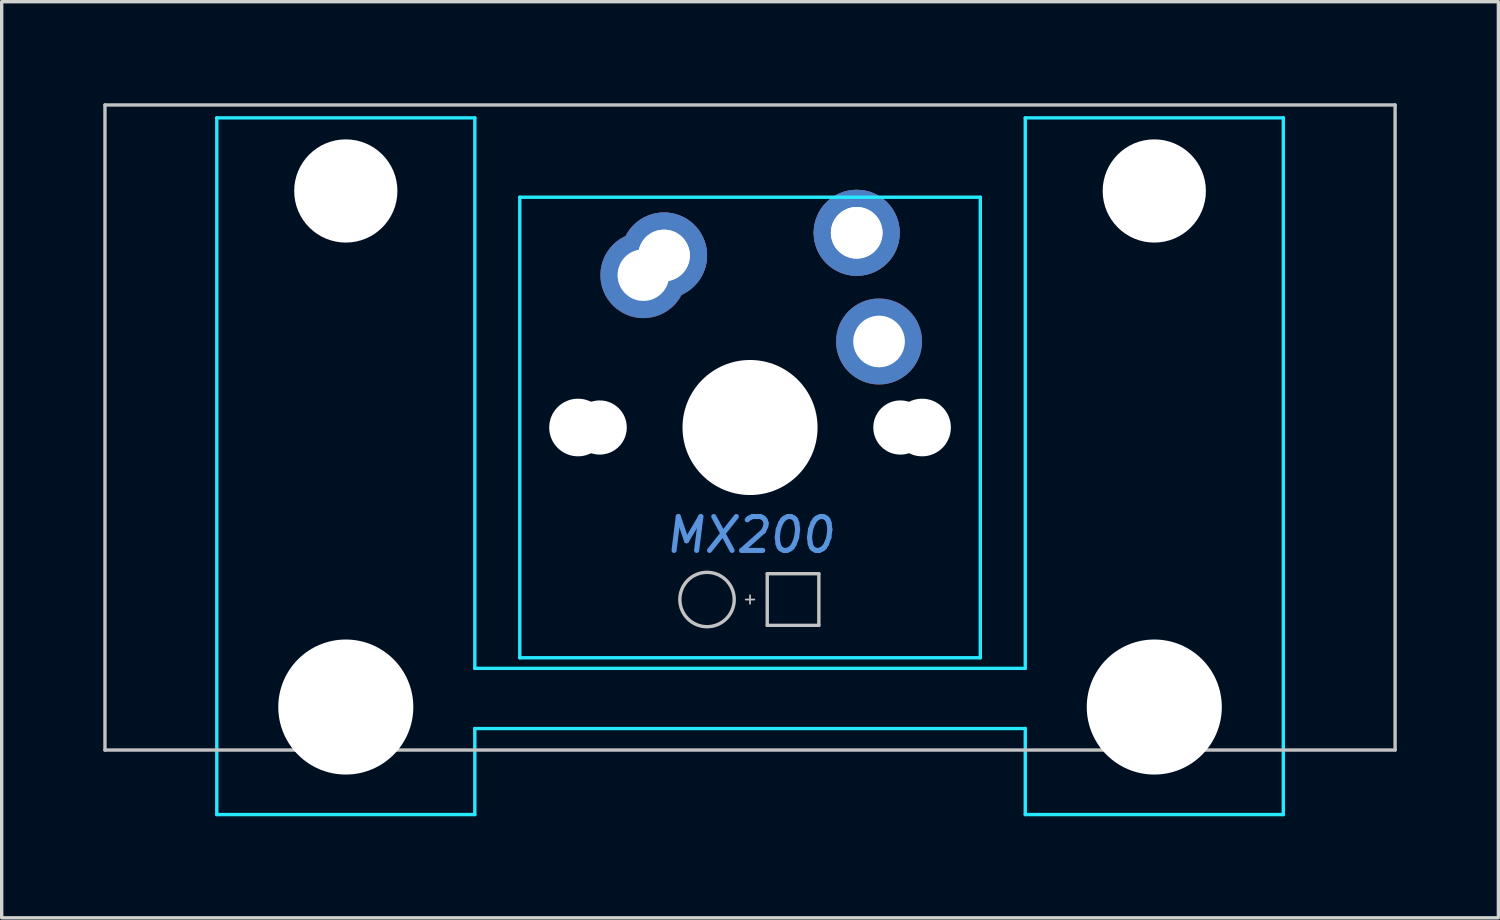
<source format=kicad_pcb>
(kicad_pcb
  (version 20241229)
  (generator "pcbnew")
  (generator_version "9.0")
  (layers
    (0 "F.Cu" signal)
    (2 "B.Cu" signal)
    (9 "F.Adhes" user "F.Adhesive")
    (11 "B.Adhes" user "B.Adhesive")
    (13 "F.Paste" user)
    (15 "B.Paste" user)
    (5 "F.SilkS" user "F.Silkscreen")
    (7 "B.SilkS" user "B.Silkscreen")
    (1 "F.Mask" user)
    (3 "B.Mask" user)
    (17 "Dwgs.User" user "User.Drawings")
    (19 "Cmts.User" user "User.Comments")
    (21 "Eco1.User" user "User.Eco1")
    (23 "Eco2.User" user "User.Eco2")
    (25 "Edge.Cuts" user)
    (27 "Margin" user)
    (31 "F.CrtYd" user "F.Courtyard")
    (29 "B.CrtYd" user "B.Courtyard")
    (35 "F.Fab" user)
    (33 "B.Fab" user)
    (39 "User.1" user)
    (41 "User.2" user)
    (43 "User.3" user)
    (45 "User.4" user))
  (footprint "MX200"
    (layer "F.Cu")
    (at 19.1 9.575)
    (property "Reference" "MX200" (at 0 3.175 0) (layer "Cmts.User") (effects (font (size 1 1) (thickness 0.15) (italic yes))))
    (attr through_hole)
    (fp_line (start -19.05 -9.525) (end -19.05 9.525) (stroke (width 0.1) (type solid)) (layer "Dwgs.User"))
    (fp_line (start -19.05 -9.525) (end 19.05 -9.525) (stroke (width 0.1) (type solid)) (layer "Dwgs.User"))
    (fp_line (start -19.05 9.525) (end 19.05 9.525) (stroke (width 0.1) (type solid)) (layer "Dwgs.User"))
    (fp_line (start -0.127 5.08) (end 0.127 5.08) (stroke (width 0.05) (type solid)) (layer "Dwgs.User"))
    (fp_line (start 0 5.207) (end 0 4.953) (stroke (width 0.05) (type solid)) (layer "Dwgs.User"))
    (fp_line (start 0.508 4.318) (end 0.508 5.842) (stroke (width 0.1) (type solid)) (layer "Dwgs.User"))
    (fp_line (start 0.508 4.318) (end 2.032 4.318) (stroke (width 0.1) (type solid)) (layer "Dwgs.User"))
    (fp_line (start 0.508 5.842) (end 2.032 5.842) (stroke (width 0.1) (type solid)) (layer "Dwgs.User"))
    (fp_line (start 2.032 5.842) (end 2.032 4.318) (stroke (width 0.1) (type solid)) (layer "Dwgs.User"))
    (fp_line (start 19.05 -9.525) (end 19.05 9.525) (stroke (width 0.1) (type solid)) (layer "Dwgs.User"))
    (fp_circle (center -1.27 5.08) (end -0.467 5.08) (stroke (width 0.1) (type solid)) (fill no) (layer "Dwgs.User"))
    (fp_line (start -17.17 -0.889) (end -17.17 -2.921) (stroke (width 0.1) (type solid)) (layer "Eco1.User"))
    (fp_line (start -16.789 -3.302) (end -16.535 -3.302) (stroke (width 0.1) (type solid)) (layer "Eco1.User"))
    (fp_line (start -16.535 -0.508) (end -16.789 -0.508) (stroke (width 0.1) (type solid)) (layer "Eco1.User"))
    (fp_line (start -16.154 -3.683) (end -16.154 -5.309) (stroke (width 0.1) (type solid)) (layer "Eco1.User"))
    (fp_line (start -16.154 6.223) (end -16.154 -0.127) (stroke (width 0.1) (type solid)) (layer "Eco1.User"))
    (fp_line (start -15.773 -5.69) (end -9.881 -5.69) (stroke (width 0.1) (type solid)) (layer "Eco1.User"))
    (fp_line (start -14.732 6.604) (end -15.773 6.604) (stroke (width 0.1) (type solid)) (layer "Eco1.User"))
    (fp_line (start -14.351 7.391) (end -14.351 6.985) (stroke (width 0.1) (type solid)) (layer "Eco1.User"))
    (fp_line (start -11.684 7.772) (end -13.97 7.772) (stroke (width 0.1) (type solid)) (layer "Eco1.User"))
    (fp_line (start -11.303 6.985) (end -11.303 7.391) (stroke (width 0.1) (type solid)) (layer "Eco1.User"))
    (fp_line (start -9.881 6.604) (end -10.922 6.604) (stroke (width 0.1) (type solid)) (layer "Eco1.User"))
    (fp_line (start -9.5 -5.309) (end -9.5 -5.258) (stroke (width 0.1) (type solid)) (layer "Eco1.User"))
    (fp_line (start -9.5 6.198) (end -9.5 6.223) (stroke (width 0.1) (type solid)) (layer "Eco1.User"))
    (fp_line (start -9.119 -4.877) (end -7.366 -4.877) (stroke (width 0.1) (type solid)) (layer "Eco1.User"))
    (fp_line (start -7.366 5.817) (end -9.119 5.817) (stroke (width 0.1) (type solid)) (layer "Eco1.User"))
    (fp_line (start -6.985 -5.258) (end -6.985 -6.604) (stroke (width 0.1) (type solid)) (layer "Eco1.User"))
    (fp_line (start -6.985 6.604) (end -6.985 6.197) (stroke (width 0.1) (type solid)) (layer "Eco1.User"))
    (fp_line (start -6.604 -6.985) (end 6.604 -6.985) (stroke (width 0.1) (type solid)) (layer "Eco1.User"))
    (fp_line (start 0 -2.159) (end 0 2.159) (stroke (width 0.1) (type solid)) (layer "Eco1.User"))
    (fp_line (start 2.159 0) (end -2.159 0) (stroke (width 0.1) (type solid)) (layer "Eco1.User"))
    (fp_line (start 6.604 6.985) (end -6.604 6.985) (stroke (width 0.1) (type solid)) (layer "Eco1.User"))
    (fp_line (start 6.985 -5.258) (end 6.985 -6.604) (stroke (width 0.1) (type solid)) (layer "Eco1.User"))
    (fp_line (start 6.985 6.604) (end 6.985 6.197) (stroke (width 0.1) (type solid)) (layer "Eco1.User"))
    (fp_line (start 7.366 5.817) (end 9.119 5.817) (stroke (width 0.1) (type solid)) (layer "Eco1.User"))
    (fp_line (start 9.119 -4.877) (end 7.366 -4.877) (stroke (width 0.1) (type solid)) (layer "Eco1.User"))
    (fp_line (start 9.5 -5.309) (end 9.5 -5.258) (stroke (width 0.1) (type solid)) (layer "Eco1.User"))
    (fp_line (start 9.5 6.198) (end 9.5 6.223) (stroke (width 0.1) (type solid)) (layer "Eco1.User"))
    (fp_line (start 9.881 6.604) (end 10.922 6.604) (stroke (width 0.1) (type solid)) (layer "Eco1.User"))
    (fp_line (start 11.303 6.985) (end 11.303 7.391) (stroke (width 0.1) (type solid)) (layer "Eco1.User"))
    (fp_line (start 11.684 7.772) (end 13.97 7.772) (stroke (width 0.1) (type solid)) (layer "Eco1.User"))
    (fp_line (start 14.351 7.391) (end 14.351 6.985) (stroke (width 0.1) (type solid)) (layer "Eco1.User"))
    (fp_line (start 14.732 6.604) (end 15.773 6.604) (stroke (width 0.1) (type solid)) (layer "Eco1.User"))
    (fp_line (start 15.773 -5.69) (end 9.881 -5.69) (stroke (width 0.1) (type solid)) (layer "Eco1.User"))
    (fp_line (start 16.154 -3.683) (end 16.154 -5.309) (stroke (width 0.1) (type solid)) (layer "Eco1.User"))
    (fp_line (start 16.154 6.223) (end 16.154 -0.127) (stroke (width 0.1) (type solid)) (layer "Eco1.User"))
    (fp_line (start 16.535 -0.508) (end 16.789 -0.508) (stroke (width 0.1) (type solid)) (layer "Eco1.User"))
    (fp_line (start 16.789 -3.302) (end 16.535 -3.302) (stroke (width 0.1) (type solid)) (layer "Eco1.User"))
    (fp_line (start 17.17 -0.889) (end 17.17 -2.921) (stroke (width 0.1) (type solid)) (layer "Eco1.User"))
    (fp_arc (start -17.1704 -2.921) (mid -17.058808 -3.190408) (end -16.7894 -3.302) (stroke (width 0.1) (type solid)) (layer "Eco1.User"))
    (fp_arc (start -16.7894 -0.508) (mid -17.058808 -0.619592) (end -17.1704 -0.889) (stroke (width 0.1) (type solid)) (layer "Eco1.User"))
    (fp_arc (start -16.5354 -0.508) (mid -16.265992 -0.396408) (end -16.1544 -0.127) (stroke (width 0.1) (type solid)) (layer "Eco1.User"))
    (fp_arc (start -16.1544 -5.3086) (mid -16.042808 -5.578008) (end -15.7734 -5.6896) (stroke (width 0.1) (type solid)) (layer "Eco1.User"))
    (fp_arc (start -16.1544 -3.683) (mid -16.265992 -3.413592) (end -16.5354 -3.302) (stroke (width 0.1) (type solid)) (layer "Eco1.User"))
    (fp_arc (start -15.7734 6.604) (mid -16.042808 6.492408) (end -16.1544 6.223) (stroke (width 0.1) (type solid)) (layer "Eco1.User"))
    (fp_arc (start -14.732 6.604) (mid -14.462592 6.715592) (end -14.351 6.985) (stroke (width 0.1) (type solid)) (layer "Eco1.User"))
    (fp_arc (start -13.97 7.7724) (mid -14.239408 7.660808) (end -14.351 7.3914) (stroke (width 0.1) (type solid)) (layer "Eco1.User"))
    (fp_arc (start -11.303 6.985) (mid -11.191408 6.715592) (end -10.922 6.604) (stroke (width 0.1) (type solid)) (layer "Eco1.User"))
    (fp_arc (start -11.303 7.3914) (mid -11.414592 7.660808) (end -11.684 7.7724) (stroke (width 0.1) (type solid)) (layer "Eco1.User"))
    (fp_arc (start -9.8806 -5.6896) (mid -9.611192 -5.578008) (end -9.4996 -5.3086) (stroke (width 0.1) (type solid)) (layer "Eco1.User"))
    (fp_arc (start -9.4996 6.1976) (mid -9.388008 5.928192) (end -9.1186 5.8166) (stroke (width 0.1) (type solid)) (layer "Eco1.User"))
    (fp_arc (start -9.4996 6.223) (mid -9.611192 6.492408) (end -9.8806 6.604) (stroke (width 0.1) (type solid)) (layer "Eco1.User"))
    (fp_arc (start -9.1186 -4.8768) (mid -9.388008 -4.988392) (end -9.4996 -5.2578) (stroke (width 0.1) (type solid)) (layer "Eco1.User"))
    (fp_arc (start -7.366 5.8166) (mid -7.096592 5.928192) (end -6.985 6.1976) (stroke (width 0.1) (type solid)) (layer "Eco1.User"))
    (fp_arc (start -6.985 -6.604) (mid -6.873408 -6.873408) (end -6.604 -6.985) (stroke (width 0.1) (type solid)) (layer "Eco1.User"))
    (fp_arc (start -6.985 -5.2578) (mid -7.096592 -4.988392) (end -7.366 -4.8768) (stroke (width 0.1) (type solid)) (layer "Eco1.User"))
    (fp_arc (start -6.604 6.985) (mid -6.873408 6.873408) (end -6.985 6.604) (stroke (width 0.1) (type solid)) (layer "Eco1.User"))
    (fp_arc (start 6.604 -6.985) (mid 6.873408 -6.873408) (end 6.985 -6.604) (stroke (width 0.1) (type solid)) (layer "Eco1.User"))
    (fp_arc (start 6.985 6.1976) (mid 7.096592 5.928192) (end 7.366 5.8166) (stroke (width 0.1) (type solid)) (layer "Eco1.User"))
    (fp_arc (start 6.985 6.604) (mid 6.873408 6.873408) (end 6.604 6.985) (stroke (width 0.1) (type solid)) (layer "Eco1.User"))
    (fp_arc (start 7.366 -4.8768) (mid 7.096592 -4.988392) (end 6.985 -5.2578) (stroke (width 0.1) (type solid)) (layer "Eco1.User"))
    (fp_arc (start 9.1186 5.8166) (mid 9.388008 5.928192) (end 9.4996 6.1976) (stroke (width 0.1) (type solid)) (layer "Eco1.User"))
    (fp_arc (start 9.4996 -5.3086) (mid 9.611192 -5.578008) (end 9.8806 -5.6896) (stroke (width 0.1) (type solid)) (layer "Eco1.User"))
    (fp_arc (start 9.4996 -5.2578) (mid 9.388008 -4.988392) (end 9.1186 -4.8768) (stroke (width 0.1) (type solid)) (layer "Eco1.User"))
    (fp_arc (start 9.8806 6.604) (mid 9.611192 6.492408) (end 9.4996 6.223) (stroke (width 0.1) (type solid)) (layer "Eco1.User"))
    (fp_arc (start 10.922 6.604) (mid 11.191408 6.715592) (end 11.303 6.985) (stroke (width 0.1) (type solid)) (layer "Eco1.User"))
    (fp_arc (start 11.684 7.7724) (mid 11.414592 7.660808) (end 11.303 7.3914) (stroke (width 0.1) (type solid)) (layer "Eco1.User"))
    (fp_arc (start 14.351 6.985) (mid 14.462592 6.715592) (end 14.732 6.604) (stroke (width 0.1) (type solid)) (layer "Eco1.User"))
    (fp_arc (start 14.351 7.3914) (mid 14.239408 7.660808) (end 13.97 7.7724) (stroke (width 0.1) (type solid)) (layer "Eco1.User"))
    (fp_arc (start 15.7734 -5.6896) (mid 16.042808 -5.578008) (end 16.1544 -5.3086) (stroke (width 0.1) (type solid)) (layer "Eco1.User"))
    (fp_arc (start 16.1544 -0.127) (mid 16.265992 -0.396408) (end 16.5354 -0.508) (stroke (width 0.1) (type solid)) (layer "Eco1.User"))
    (fp_arc (start 16.1544 6.223) (mid 16.042808 6.492408) (end 15.7734 6.604) (stroke (width 0.1) (type solid)) (layer "Eco1.User"))
    (fp_arc (start 16.5354 -3.302) (mid 16.265992 -3.413592) (end 16.1544 -3.683) (stroke (width 0.1) (type solid)) (layer "Eco1.User"))
    (fp_arc (start 16.7894 -3.302) (mid 17.058808 -3.190408) (end 17.1704 -2.921) (stroke (width 0.1) (type solid)) (layer "Eco1.User"))
    (fp_arc (start 17.1704 -0.889) (mid 17.058808 -0.619592) (end 16.7894 -0.508) (stroke (width 0.1) (type solid)) (layer "Eco1.User"))
    (fp_circle (center 0 0) (end 1.994 0) (stroke (width 0.1) (type solid)) (fill no) (layer "Eco1.User"))
    (fp_line (start -15.748 -9.144) (end -8.128 -9.144) (stroke (width 0.1) (type solid)) (layer "B.CrtYd"))
    (fp_line (start -15.748 11.43) (end -15.748 -9.144) (stroke (width 0.1) (type solid)) (layer "B.CrtYd"))
    (fp_line (start -8.128 -9.144) (end -8.128 7.112) (stroke (width 0.1) (type solid)) (layer "B.CrtYd"))
    (fp_line (start -8.128 7.112) (end 8.128 7.112) (stroke (width 0.1) (type solid)) (layer "B.CrtYd"))
    (fp_line (start -8.128 8.89) (end 8.128 8.89) (stroke (width 0.1) (type solid)) (layer "B.CrtYd"))
    (fp_line (start -8.128 11.43) (end -15.748 11.43) (stroke (width 0.1) (type solid)) (layer "B.CrtYd"))
    (fp_line (start -8.128 11.43) (end -8.128 8.89) (stroke (width 0.1) (type solid)) (layer "B.CrtYd"))
    (fp_line (start -6.8 6.8) (end -6.8 -6.8) (stroke (width 0.1) (type solid)) (layer "B.CrtYd"))
    (fp_line (start 6.8 -6.8) (end -6.8 -6.8) (stroke (width 0.1) (type solid)) (layer "B.CrtYd"))
    (fp_line (start 6.8 6.8) (end -6.8 6.8) (stroke (width 0.1) (type solid)) (layer "B.CrtYd"))
    (fp_line (start 6.8 6.8) (end 6.8 -6.8) (stroke (width 0.1) (type solid)) (layer "B.CrtYd"))
    (fp_line (start 8.128 -9.144) (end 8.128 7.112) (stroke (width 0.1) (type solid)) (layer "B.CrtYd"))
    (fp_line (start 8.128 -9.144) (end 15.748 -9.144) (stroke (width 0.1) (type solid)) (layer "B.CrtYd"))
    (fp_line (start 8.128 11.43) (end 8.128 8.89) (stroke (width 0.1) (type solid)) (layer "B.CrtYd"))
    (fp_line (start 15.748 -9.144) (end 15.748 11.43) (stroke (width 0.1) (type solid)) (layer "B.CrtYd"))
    (fp_line (start 15.748 11.43) (end 8.128 11.43) (stroke (width 0.1) (type solid)) (layer "B.CrtYd"))
    (pad "" np_thru_hole circle (at -11.938 -6.985) (size 3.048 3.048) (drill 3.048) (layers "*.Cu" "*.Mask"))
    (pad "" np_thru_hole circle (at -11.938 8.255) (size 3.988 3.988) (drill 3.988) (layers "*.Cu" "*.Mask"))
    (pad "" np_thru_hole circle (at -5.08 0) (size 1.702 1.702) (drill 1.702) (layers "*.Cu" "*.Mask"))
    (pad "" np_thru_hole circle (at -4.44 0) (size 1.6 1.6) (drill 1.6) (layers "*.Cu" "*.Mask"))
    (pad "" np_thru_hole circle (at 0 0) (size 3.988 3.988) (drill 3.988) (layers "*.Cu" "*.Mask"))
    (pad "" np_thru_hole circle (at 4.44 0) (size 1.6 1.6) (drill 1.6) (layers "*.Cu" "*.Mask"))
    (pad "" np_thru_hole circle (at 5.08 0) (size 1.702 1.702) (drill 1.702) (layers "*.Cu" "*.Mask"))
    (pad "" np_thru_hole circle (at 11.938 -6.985) (size 3.048 3.048) (drill 3.048) (layers "*.Cu" "*.Mask"))
    (pad "" np_thru_hole circle (at 11.938 8.255) (size 3.988 3.988) (drill 3.988) (layers "*.Cu" "*.Mask"))
    (pad "1" thru_hole circle (at -3.15 -4.5) (size 2.54 2.54) (drill 1.524) (layers "*.Cu" "*.Mask"))
    (pad "1" thru_hole circle (at -2.54 -5.08) (size 2.54 2.54) (drill 1.524) (layers "*.Cu" "*.Mask"))
    (pad "1" thru_hole circle (at -2.54 -5.08) (size 2.54 2.54) (drill 1.524) (layers "*.Cu" "*.Mask"))
    (pad "2" thru_hole circle (at 3.15 -5.75) (size 2.54 2.54) (drill 1.524) (layers "*.Cu" "*.Mask"))
    (pad "2" thru_hole circle (at 3.15 -5.75) (size 2.54 2.54) (drill 1.524) (layers "*.Cu" "*.Mask"))
    (pad "2" thru_hole circle (at 3.81 -2.54) (size 2.54 2.54) (drill 1.524) (layers "*.Cu" "*.Mask")))
  (gr_rect
    (start -3 -3)
    (end 41.2 24.055)
    (stroke (width 0.1) (type default))
    (fill no)
    (layer "Edge.Cuts")))
</source>
